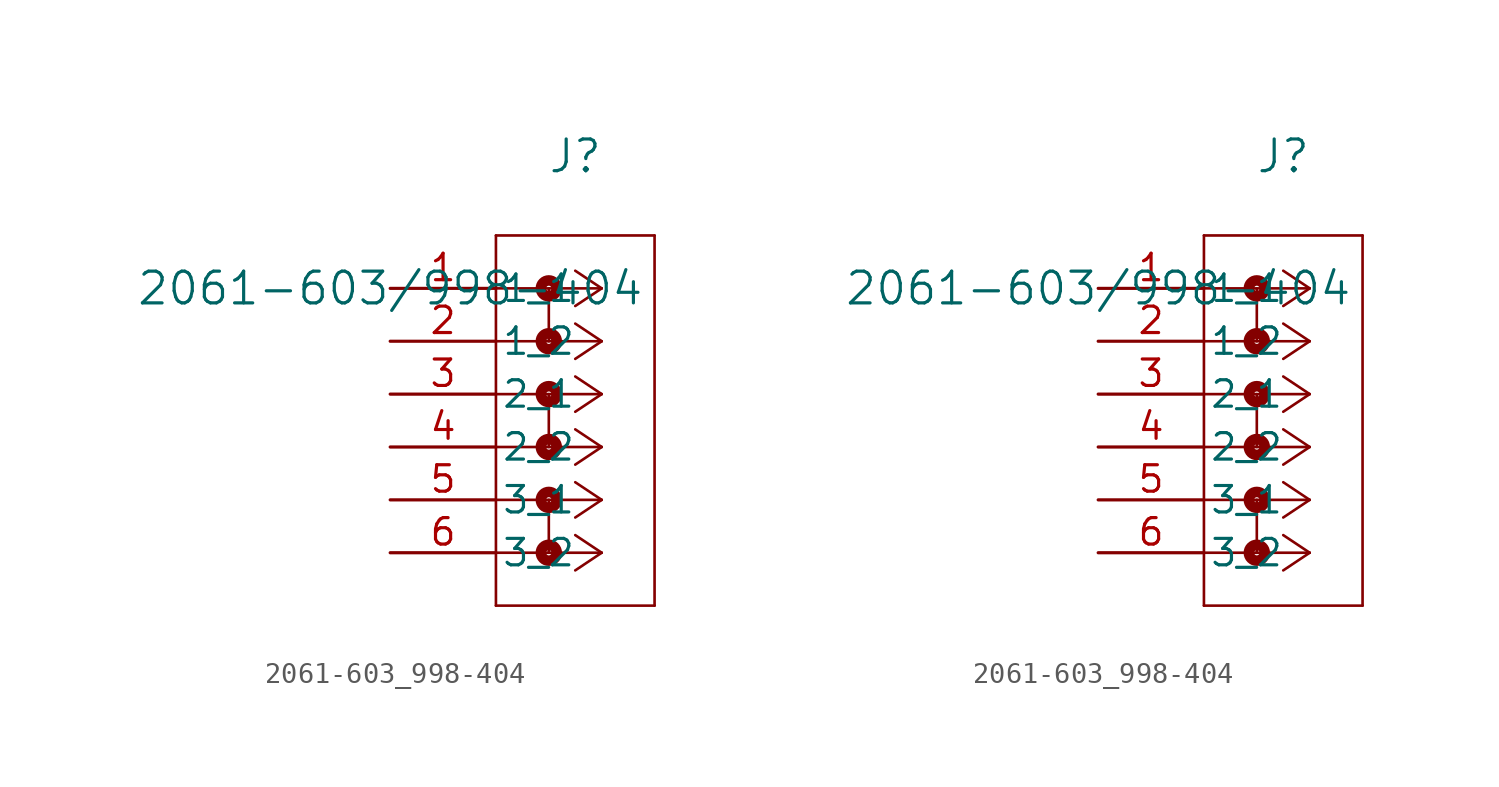
<source format=kicad_sym>
(kicad_symbol_lib
  (version 20211014)
  (generator kicad_symbol_editor)
  (symbol "2061-603_998-404"
    (pin_names
      (offset 0.254))
    (property "Reference" "J"
      (at 8.89 6.35 0)
      (effects (font (size 1.524 1.524))))
    (property "Value" "2061-603/998-404"
      (at 0 0 0)
      (effects (font (size 1.524 1.524))))
    (symbol "2061-603_998-404_1_1"
      (polyline (pts (xy 10.16 0) (xy 5.08 0)) (stroke (width 0.127) (type default) (color 0 0 0 0)) (fill (type none)))
      (polyline (pts (xy 10.16 -2.54) (xy 5.08 -2.54)) (stroke (width 0.127) (type default) (color 0 0 0 0)) (fill (type none)))
      (polyline (pts (xy 10.16 -5.08) (xy 5.08 -5.08)) (stroke (width 0.127) (type default) (color 0 0 0 0)) (fill (type none)))
      (polyline (pts (xy 10.16 -7.62) (xy 5.08 -7.62)) (stroke (width 0.127) (type default) (color 0 0 0 0)) (fill (type none)))
      (polyline (pts (xy 10.16 -10.16) (xy 5.08 -10.16)) (stroke (width 0.127) (type default) (color 0 0 0 0)) (fill (type none)))
      (polyline (pts (xy 10.16 -12.7) (xy 5.08 -12.7)) (stroke (width 0.127) (type default) (color 0 0 0 0)) (fill (type none)))
      (polyline (pts (xy 10.16 0) (xy 8.89 0.847)) (stroke (width 0.127) (type default) (color 0 0 0 0)) (fill (type none)))
      (polyline (pts (xy 10.16 -2.54) (xy 8.89 -1.693)) (stroke (width 0.127) (type default) (color 0 0 0 0)) (fill (type none)))
      (polyline (pts (xy 10.16 -5.08) (xy 8.89 -4.233)) (stroke (width 0.127) (type default) (color 0 0 0 0)) (fill (type none)))
      (polyline (pts (xy 10.16 -7.62) (xy 8.89 -6.773)) (stroke (width 0.127) (type default) (color 0 0 0 0)) (fill (type none)))
      (polyline (pts (xy 10.16 -10.16) (xy 8.89 -9.313)) (stroke (width 0.127) (type default) (color 0 0 0 0)) (fill (type none)))
      (polyline (pts (xy 10.16 -12.7) (xy 8.89 -11.853)) (stroke (width 0.127) (type default) (color 0 0 0 0)) (fill (type none)))
      (polyline (pts (xy 10.16 0) (xy 8.89 -0.847)) (stroke (width 0.127) (type default) (color 0 0 0 0)) (fill (type none)))
      (polyline (pts (xy 10.16 -2.54) (xy 8.89 -3.387)) (stroke (width 0.127) (type default) (color 0 0 0 0)) (fill (type none)))
      (polyline (pts (xy 10.16 -5.08) (xy 8.89 -5.927)) (stroke (width 0.127) (type default) (color 0 0 0 0)) (fill (type none)))
      (polyline (pts (xy 10.16 -7.62) (xy 8.89 -8.467)) (stroke (width 0.127) (type default) (color 0 0 0 0)) (fill (type none)))
      (polyline (pts (xy 10.16 -10.16) (xy 8.89 -11.007)) (stroke (width 0.127) (type default) (color 0 0 0 0)) (fill (type none)))
      (polyline (pts (xy 10.16 -12.7) (xy 8.89 -13.547)) (stroke (width 0.127) (type default) (color 0 0 0 0)) (fill (type none)))
      (polyline (pts (xy 5.08 2.54) (xy 5.08 -15.24)) (stroke (width 0.127) (type default) (color 0 0 0 0)) (fill (type none)))
      (polyline (pts (xy 5.08 -15.24) (xy 12.7 -15.24)) (stroke (width 0.127) (type default) (color 0 0 0 0)) (fill (type none)))
      (polyline (pts (xy 12.7 -15.24) (xy 12.7 2.54)) (stroke (width 0.127) (type default) (color 0 0 0 0)) (fill (type none)))
      (polyline (pts (xy 12.7 2.54) (xy 5.08 2.54)) (stroke (width 0.127) (type default) (color 0 0 0 0)) (fill (type none)))
      (circle (center 7.62 0) (radius 0.127) (stroke (width 0.508) (type default) (color 0 0 0 0)) (fill (type none)))
      (polyline (pts (xy 7.62 0) (xy 7.62 -2.54)) (stroke (width 0.127) (type default) (color 0 0 0 0)) (fill (type none)))
      (circle (center 7.62 -2.54) (radius 0.127) (stroke (width 0.508) (type default) (color 0 0 0 0)) (fill (type none)))
      (circle (center 7.62 -5.08) (radius 0.127) (stroke (width 0.508) (type default) (color 0 0 0 0)) (fill (type none)))
      (polyline (pts (xy 7.62 -5.08) (xy 7.62 -7.62)) (stroke (width 0.127) (type default) (color 0 0 0 0)) (fill (type none)))
      (circle (center 7.62 -7.62) (radius 0.127) (stroke (width 0.508) (type default) (color 0 0 0 0)) (fill (type none)))
      (circle (center 7.62 -10.16) (radius 0.127) (stroke (width 0.508) (type default) (color 0 0 0 0)) (fill (type none)))
      (polyline (pts (xy 7.62 -10.16) (xy 7.62 -12.7)) (stroke (width 0.127) (type default) (color 0 0 0 0)) (fill (type none)))
      (circle (center 7.62 -12.7) (radius 0.127) (stroke (width 0.508) (type default) (color 0 0 0 0)) (fill (type none)))
      (pin unspecified line (at 0 0 0) (length 5.08) (name "1_1" (effects (font (size 1.27 1.27)))) (number "1" (effects (font (size 1.27 1.27)))))
      (pin unspecified line (at 0 -2.54 0) (length 5.08) (name "1_2" (effects (font (size 1.27 1.27)))) (number "2" (effects (font (size 1.27 1.27)))))
      (pin unspecified line (at 0 -5.08 0) (length 5.08) (name "2_1" (effects (font (size 1.27 1.27)))) (number "3" (effects (font (size 1.27 1.27)))))
      (pin unspecified line (at 0 -7.62 0) (length 5.08) (name "2_2" (effects (font (size 1.27 1.27)))) (number "4" (effects (font (size 1.27 1.27)))))
      (pin unspecified line (at 0 -10.16 0) (length 5.08) (name "3_1" (effects (font (size 1.27 1.27)))) (number "5" (effects (font (size 1.27 1.27)))))
      (pin unspecified line (at 0 -12.7 0) (length 5.08) (name "3_2" (effects (font (size 1.27 1.27)))) (number "6" (effects (font (size 1.27 1.27))))))
    (symbol "2061-603_998-404_1_2"
      (polyline (pts (xy 10.16 0) (xy 5.08 0)) (stroke (width 0.127) (type default) (color 0 0 0 0)) (fill (type none)))
      (polyline (pts (xy 10.16 -2.54) (xy 5.08 -2.54)) (stroke (width 0.127) (type default) (color 0 0 0 0)) (fill (type none)))
      (polyline (pts (xy 10.16 -5.08) (xy 5.08 -5.08)) (stroke (width 0.127) (type default) (color 0 0 0 0)) (fill (type none)))
      (polyline (pts (xy 10.16 -7.62) (xy 5.08 -7.62)) (stroke (width 0.127) (type default) (color 0 0 0 0)) (fill (type none)))
      (polyline (pts (xy 10.16 -10.16) (xy 5.08 -10.16)) (stroke (width 0.127) (type default) (color 0 0 0 0)) (fill (type none)))
      (polyline (pts (xy 10.16 -12.7) (xy 5.08 -12.7)) (stroke (width 0.127) (type default) (color 0 0 0 0)) (fill (type none)))
      (polyline (pts (xy 10.16 0) (xy 8.89 0.847)) (stroke (width 0.127) (type default) (color 0 0 0 0)) (fill (type none)))
      (polyline (pts (xy 10.16 -2.54) (xy 8.89 -1.693)) (stroke (width 0.127) (type default) (color 0 0 0 0)) (fill (type none)))
      (polyline (pts (xy 10.16 -5.08) (xy 8.89 -4.233)) (stroke (width 0.127) (type default) (color 0 0 0 0)) (fill (type none)))
      (polyline (pts (xy 10.16 -7.62) (xy 8.89 -6.773)) (stroke (width 0.127) (type default) (color 0 0 0 0)) (fill (type none)))
      (polyline (pts (xy 10.16 -10.16) (xy 8.89 -9.313)) (stroke (width 0.127) (type default) (color 0 0 0 0)) (fill (type none)))
      (polyline (pts (xy 10.16 -12.7) (xy 8.89 -11.853)) (stroke (width 0.127) (type default) (color 0 0 0 0)) (fill (type none)))
      (polyline (pts (xy 10.16 0) (xy 8.89 -0.847)) (stroke (width 0.127) (type default) (color 0 0 0 0)) (fill (type none)))
      (polyline (pts (xy 10.16 -2.54) (xy 8.89 -3.387)) (stroke (width 0.127) (type default) (color 0 0 0 0)) (fill (type none)))
      (polyline (pts (xy 10.16 -5.08) (xy 8.89 -5.927)) (stroke (width 0.127) (type default) (color 0 0 0 0)) (fill (type none)))
      (polyline (pts (xy 10.16 -7.62) (xy 8.89 -8.467)) (stroke (width 0.127) (type default) (color 0 0 0 0)) (fill (type none)))
      (polyline (pts (xy 10.16 -10.16) (xy 8.89 -11.007)) (stroke (width 0.127) (type default) (color 0 0 0 0)) (fill (type none)))
      (polyline (pts (xy 10.16 -12.7) (xy 8.89 -13.547)) (stroke (width 0.127) (type default) (color 0 0 0 0)) (fill (type none)))
      (polyline (pts (xy 5.08 2.54) (xy 5.08 -15.24)) (stroke (width 0.127) (type default) (color 0 0 0 0)) (fill (type none)))
      (polyline (pts (xy 5.08 -15.24) (xy 12.7 -15.24)) (stroke (width 0.127) (type default) (color 0 0 0 0)) (fill (type none)))
      (polyline (pts (xy 12.7 -15.24) (xy 12.7 2.54)) (stroke (width 0.127) (type default) (color 0 0 0 0)) (fill (type none)))
      (polyline (pts (xy 12.7 2.54) (xy 5.08 2.54)) (stroke (width 0.127) (type default) (color 0 0 0 0)) (fill (type none)))
      (circle (center 7.62 0) (radius 0.127) (stroke (width 0.508) (type default) (color 0 0 0 0)) (fill (type none)))
      (polyline (pts (xy 7.62 0) (xy 7.62 -2.54)) (stroke (width 0.127) (type default) (color 0 0 0 0)) (fill (type none)))
      (circle (center 7.62 -2.54) (radius 0.127) (stroke (width 0.508) (type default) (color 0 0 0 0)) (fill (type none)))
      (circle (center 7.62 -5.08) (radius 0.127) (stroke (width 0.508) (type default) (color 0 0 0 0)) (fill (type none)))
      (polyline (pts (xy 7.62 -5.08) (xy 7.62 -7.62)) (stroke (width 0.127) (type default) (color 0 0 0 0)) (fill (type none)))
      (circle (center 7.62 -7.62) (radius 0.127) (stroke (width 0.508) (type default) (color 0 0 0 0)) (fill (type none)))
      (circle (center 7.62 -10.16) (radius 0.127) (stroke (width 0.508) (type default) (color 0 0 0 0)) (fill (type none)))
      (polyline (pts (xy 7.62 -10.16) (xy 7.62 -12.7)) (stroke (width 0.127) (type default) (color 0 0 0 0)) (fill (type none)))
      (circle (center 7.62 -12.7) (radius 0.127) (stroke (width 0.508) (type default) (color 0 0 0 0)) (fill (type none)))
      (pin unspecified line (at 0 0 0) (length 5.08) (name "1_1" (effects (font (size 1.27 1.27)))) (number "1" (effects (font (size 1.27 1.27)))))
      (pin unspecified line (at 0 -2.54 0) (length 5.08) (name "1_2" (effects (font (size 1.27 1.27)))) (number "2" (effects (font (size 1.27 1.27)))))
      (pin unspecified line (at 0 -5.08 0) (length 5.08) (name "2_1" (effects (font (size 1.27 1.27)))) (number "3" (effects (font (size 1.27 1.27)))))
      (pin unspecified line (at 0 -7.62 0) (length 5.08) (name "2_2" (effects (font (size 1.27 1.27)))) (number "4" (effects (font (size 1.27 1.27)))))
      (pin unspecified line (at 0 -10.16 0) (length 5.08) (name "3_1" (effects (font (size 1.27 1.27)))) (number "5" (effects (font (size 1.27 1.27)))))
      (pin unspecified line (at 0 -12.7 0) (length 5.08) (name "3_2" (effects (font (size 1.27 1.27)))) (number "6" (effects (font (size 1.27 1.27))))))))
</source>
